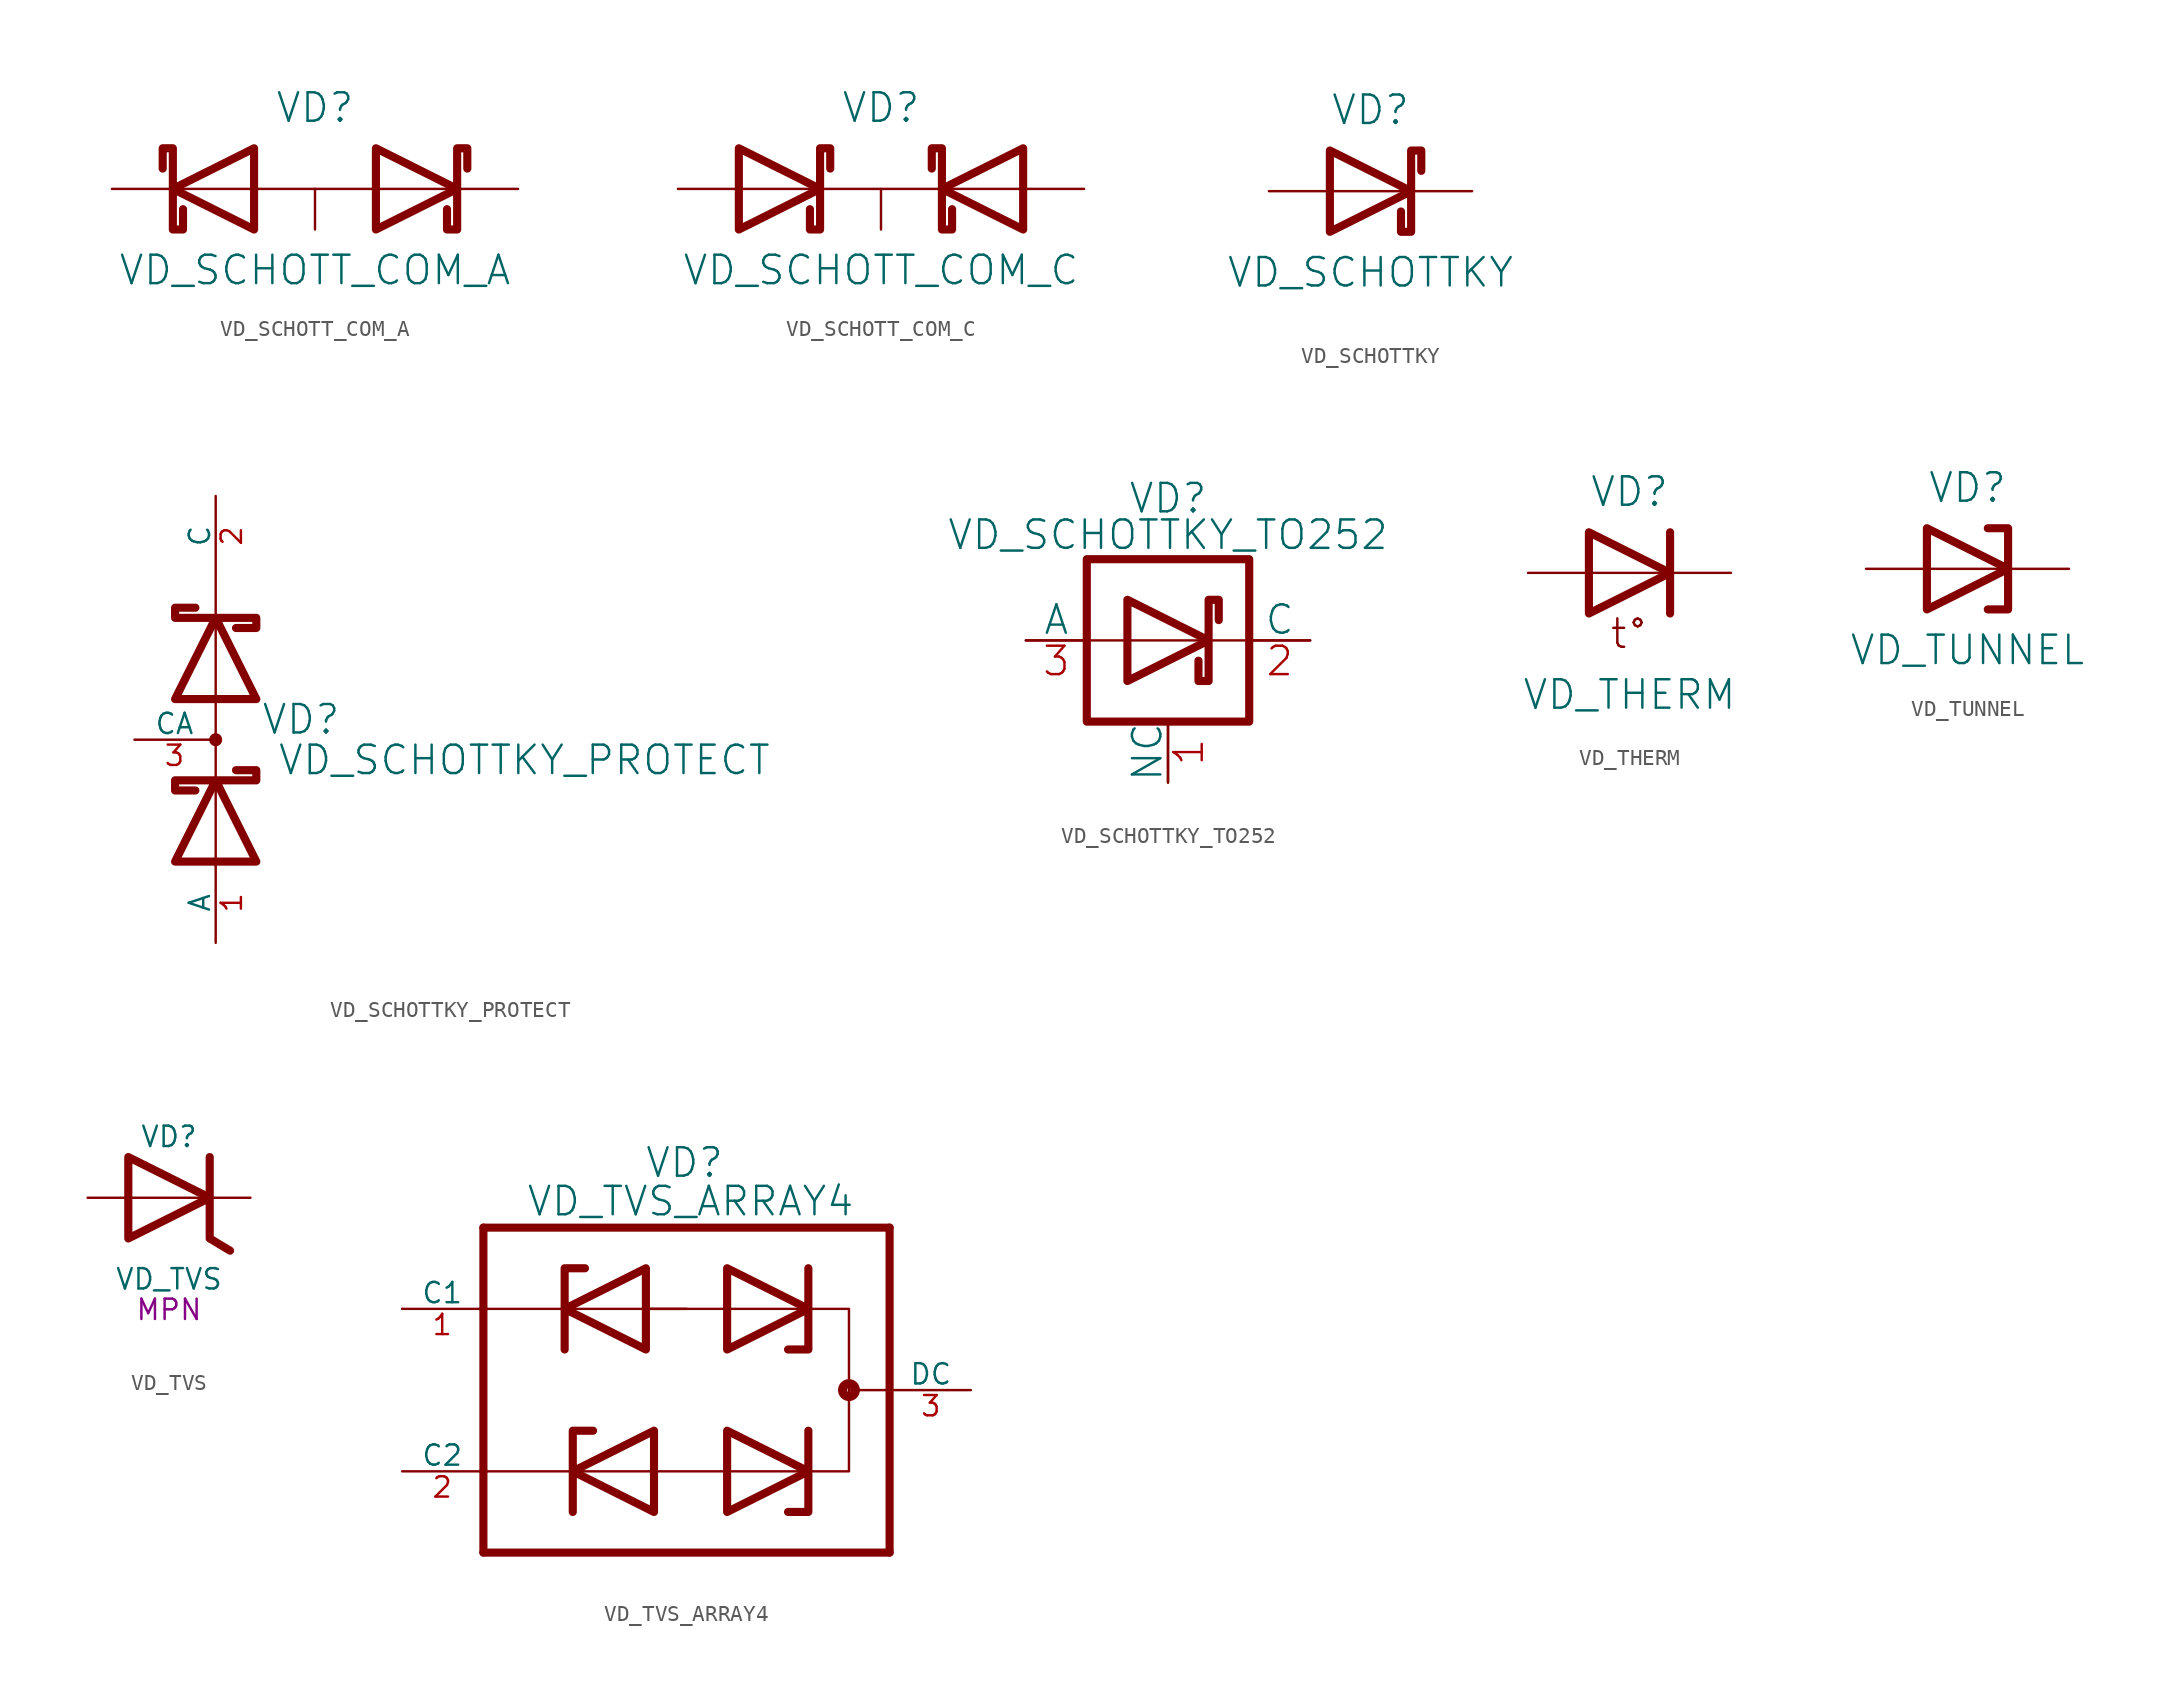
<source format=kicad_sym>
(kicad_symbol_lib
  (version 20211014)
  (generator kicad_symbol_editor)
  (symbol "VD_SCHOTT_COM_A"
    (pin_names
      (offset 0))
    (property "Reference" "VD"
      (at 0 5.08 0)
      (effects (font (size 1.778 1.778))))
    (property "Value" "VD_SCHOTT_COM_A"
      (at 0 -5.08 0)
      (effects (font (size 1.778 1.778))))
    (symbol "VD_SCHOTT_COM_A_0_1"
      (polyline (pts (xy 0 0) (xy 0 -2.54)) (stroke (width 0) (type default) (color 0 0 0 0)) (fill (type none)))
      (polyline (pts (xy 12.7 0) (xy -12.7 0)) (stroke (width 0) (type default) (color 0 0 0 0)) (fill (type none)))
      (polyline (pts (xy -9.525 1.27) (xy -9.525 2.54) (xy -8.89 2.54) (xy -8.89 0) (xy -3.81 2.54) (xy -3.81 -2.54) (xy -8.89 0) (xy -8.89 -2.54) (xy -8.255 -2.54) (xy -8.255 -1.27)) (stroke (width 0.508) (type default) (color 0 0 0 0)) (fill (type none)))
      (polyline (pts (xy 9.525 1.27) (xy 9.525 2.54) (xy 8.89 2.54) (xy 8.89 0) (xy 3.81 2.54) (xy 3.81 -2.54) (xy 8.89 0) (xy 8.89 -2.54) (xy 8.255 -2.54) (xy 8.255 -1.27)) (stroke (width 0.508) (type default) (color 0 0 0 0)) (fill (type none))))
    (symbol "VD_SCHOTT_COM_A_1_1"
      (pin passive line (at -12.7 0 0) (length 2.54) hide (name "C" (effects (font (size 1.27 1.27)))) (number "1" (effects (font (size 1.27 1.27)))))
      (pin passive line (at 0 -2.54 90) (length 2.54) hide (name "A" (effects (font (size 1.27 1.27)))) (number "2" (effects (font (size 1.27 1.27)))))
      (pin passive line (at 12.7 0 180) (length 2.54) hide (name "C" (effects (font (size 1.27 1.27)))) (number "3" (effects (font (size 1.27 1.27)))))))
  (symbol "VD_SCHOTT_COM_C"
    (pin_names
      (offset 0))
    (property "Reference" "VD"
      (at 0 5.08 0)
      (effects (font (size 1.778 1.778))))
    (property "Value" "VD_SCHOTT_COM_C"
      (at 0 -5.08 0)
      (effects (font (size 1.778 1.778))))
    (symbol "VD_SCHOTT_COM_C_0_1"
      (polyline (pts (xy 0 -2.54) (xy 0 0)) (stroke (width 0) (type default) (color 0 0 0 0)) (fill (type none)))
      (polyline (pts (xy 12.7 0) (xy -12.7 0)) (stroke (width 0) (type default) (color 0 0 0 0)) (fill (type none)))
      (polyline (pts (xy -3.175 1.27) (xy -3.175 2.54) (xy -3.81 2.54) (xy -3.81 0) (xy -8.89 2.54) (xy -8.89 -2.54) (xy -3.81 0) (xy -3.81 -2.54) (xy -4.445 -2.54) (xy -4.445 -1.27)) (stroke (width 0.508) (type default) (color 0 0 0 0)) (fill (type none)))
      (polyline (pts (xy 3.175 1.27) (xy 3.175 2.54) (xy 3.81 2.54) (xy 3.81 0) (xy 8.89 2.54) (xy 8.89 -2.54) (xy 3.81 0) (xy 3.81 -2.54) (xy 4.445 -2.54) (xy 4.445 -1.27)) (stroke (width 0.508) (type default) (color 0 0 0 0)) (fill (type none))))
    (symbol "VD_SCHOTT_COM_C_1_1"
      (pin passive line (at -12.7 0 0) (length 2.54) hide (name "A" (effects (font (size 1.27 1.27)))) (number "1" (effects (font (size 1.27 1.27)))))
      (pin passive line (at 0 -2.54 90) (length 2.54) hide (name "C" (effects (font (size 1.27 1.27)))) (number "2" (effects (font (size 1.27 1.27)))))
      (pin passive line (at 12.7 0 180) (length 2.54) hide (name "A" (effects (font (size 1.27 1.27)))) (number "3" (effects (font (size 1.27 1.27)))))))
  (symbol "VD_SCHOTTKY"
    (pin_names
      (offset 0))
    (property "Reference" "VD"
      (at 0 5.08 0)
      (effects (font (size 1.778 1.778))))
    (property "Value" "VD_SCHOTTKY"
      (at 0 -5.08 0)
      (effects (font (size 1.778 1.778))))
    (property "Assembly" ""
      (at 0 -7.493 0)
      (effects (font (size 1.778 1.778))))
    (property "LCSC" ""
      (at 0 0 0)
      (effects (font (size 1.27 1.27))))
    (symbol "VD_SCHOTTKY_0_1"
      (polyline (pts (xy 6.35 0) (xy -6.35 0)) (stroke (width 0) (type default) (color 0 0 0 0)) (fill (type none)))
      (polyline (pts (xy 3.175 1.27) (xy 3.175 2.54) (xy 2.54 2.54) (xy 2.54 0) (xy -2.54 2.54) (xy -2.54 -2.54) (xy 2.54 0) (xy 2.54 -2.54) (xy 1.905 -2.54) (xy 1.905 -1.27)) (stroke (width 0.508) (type default) (color 0 0 0 0)) (fill (type none))))
    (symbol "VD_SCHOTTKY_1_1"
      (pin passive line (at 6.35 0 180) (length 2.54) hide (name "C" (effects (font (size 1.27 1.27)))) (number "1" (effects (font (size 1.27 1.27)))))
      (pin passive line (at -6.35 0 0) (length 2.54) hide (name "A" (effects (font (size 1.27 1.27)))) (number "2" (effects (font (size 1.27 1.27)))))))
  (symbol "VD_SCHOTTKY_PROTECT"
    (pin_names
      (offset 0))
    (property "Reference" "VD"
      (at 5.334 1.27 0)
      (effects (font (size 1.778 1.778))))
    (property "Value" "VD_SCHOTTKY_PROTECT"
      (at 19.304 -1.27 0)
      (effects (font (size 1.778 1.778))))
    (symbol "VD_SCHOTTKY_PROTECT_0_1"
      (polyline (pts (xy 0 10.16) (xy 0 -7.874)) (stroke (width 0.152) (type default) (color 0 0 0 0)) (fill (type none)))
      (polyline (pts (xy -1.27 8.255) (xy -2.54 8.255) (xy -2.54 7.62) (xy 0 7.62) (xy -2.54 2.54) (xy 2.54 2.54) (xy 0 7.62) (xy 2.54 7.62) (xy 2.54 6.985) (xy 1.27 6.985)) (stroke (width 0.508) (type default) (color 0 0 0 0)) (fill (type none)))
      (polyline (pts (xy 1.27 -1.905) (xy 2.54 -1.905) (xy 2.54 -2.54) (xy 0 -2.54) (xy 2.54 -7.62) (xy -2.54 -7.62) (xy 0 -2.54) (xy -2.54 -2.54) (xy -2.54 -3.175) (xy -1.27 -3.175)) (stroke (width 0.508) (type default) (color 0 0 0 0)) (fill (type none)))
      (circle (center 0 0) (radius 0.356) (stroke (width 0.102) (type default) (color 0 0 0 0)) (fill (type outline))))
    (symbol "VD_SCHOTTKY_PROTECT_1_1"
      (pin passive line (at 0 -12.7 90) (length 5.004) (name "A" (effects (font (size 1.27 1.27)))) (number "1" (effects (font (size 1.27 1.27)))))
      (pin passive line (at 0 15.24 270) (length 5.004) (name "C" (effects (font (size 1.27 1.27)))) (number "2" (effects (font (size 1.27 1.27)))))
      (pin passive line (at -5.08 0 0) (length 5.004) (name "CA" (effects (font (size 1.27 1.27)))) (number "3" (effects (font (size 1.27 1.27)))))))
  (symbol "VD_SCHOTTKY_TO252"
    (pin_names
      (offset 0))
    (property "Reference" "VD"
      (at 0 8.89 0)
      (effects (font (size 1.778 1.778))))
    (property "Value" "VD_SCHOTTKY_TO252"
      (at 0 6.604 0)
      (effects (font (size 1.778 1.778))))
    (symbol "VD_SCHOTTKY_TO252_0_1"
      (polyline (pts (xy -5.08 0) (xy 5.08 0)) (stroke (width 0) (type default) (color 0 0 0 0)) (fill (type none)))
      (polyline (pts (xy 3.175 1.27) (xy 3.175 2.54) (xy 2.54 2.54) (xy 2.54 0) (xy -2.54 2.54) (xy -2.54 -2.54) (xy 2.54 0) (xy 2.54 -2.54) (xy 1.905 -2.54) (xy 1.905 -1.27)) (stroke (width 0.508) (type default) (color 0 0 0 0)) (fill (type none))))
    (symbol "VD_SCHOTTKY_TO252_1_1"
      (rectangle (start -5.08 5.08) (end 5.08 -5.08) (stroke (width 0.508) (type default) (color 0 0 0 0)) (fill (type none)))
      (polyline (pts (xy -8.89 0) (xy -5.08 0)) (stroke (width 0) (type default) (color 0 0 0 0)) (fill (type none)))
      (polyline (pts (xy 0 -5.08) (xy 0 -8.89)) (stroke (width 0) (type default) (color 0 0 0 0)) (fill (type none)))
      (polyline (pts (xy 5.08 0) (xy 8.89 0)) (stroke (width 0) (type default) (color 0 0 0 0)) (fill (type none)))
      (pin power_in line (at 0 -8.89 90) (length 3.81) (name "NC" (effects (font (size 1.778 1.778)))) (number "1" (effects (font (size 1.778 1.778)))))
      (pin power_out line (at 8.89 0 180) (length 3.81) (name "C" (effects (font (size 1.778 1.778)))) (number "2" (effects (font (size 1.778 1.778)))))
      (pin power_in line (at -8.89 0 0) (length 3.81) (name "A" (effects (font (size 1.778 1.778)))) (number "3" (effects (font (size 1.778 1.778)))))))
  (symbol "VD_THERM"
    (pin_names
      (offset 0))
    (property "Reference" "VD"
      (at 0 5.08 0)
      (effects (font (size 1.778 1.778))))
    (property "Value" "VD_THERM"
      (at 0 -7.62 0)
      (effects (font (size 1.778 1.778))))
    (symbol "VD_THERM_0_0"
      (text "t°" (at 0 -3.81 0) (effects (font (size 1.778 1.778)))))
    (symbol "VD_THERM_0_1"
      (polyline (pts (xy 6.35 0) (xy -6.35 0)) (stroke (width 0) (type default) (color 0 0 0 0)) (fill (type none)))
      (polyline (pts (xy 2.54 2.54) (xy 2.54 0) (xy -2.54 2.54) (xy -2.54 -2.54) (xy 2.54 0) (xy 2.54 -2.54)) (stroke (width 0.508) (type default) (color 0 0 0 0)) (fill (type none))))
    (symbol "VD_THERM_1_1"
      (pin passive line (at -6.35 0 0) (length 2.54) hide (name "A" (effects (font (size 1.27 1.27)))) (number "1" (effects (font (size 1.27 1.27)))))
      (pin passive line (at 6.35 0 180) (length 2.54) hide (name "C" (effects (font (size 1.27 1.27)))) (number "2" (effects (font (size 1.27 1.27)))))))
  (symbol "VD_TUNNEL"
    (pin_names
      (offset 0))
    (property "Reference" "VD"
      (at 0 5.08 0)
      (effects (font (size 1.778 1.778))))
    (property "Value" "VD_TUNNEL"
      (at 0 -5.08 0)
      (effects (font (size 1.778 1.778))))
    (symbol "VD_TUNNEL_0_1"
      (polyline (pts (xy 6.35 0) (xy -6.35 0)) (stroke (width 0) (type default) (color 0 0 0 0)) (fill (type none)))
      (polyline (pts (xy 1.27 2.54) (xy 2.54 2.54) (xy 2.54 0) (xy -2.54 2.54) (xy -2.54 -2.54) (xy 2.54 0) (xy 2.54 -2.54) (xy 1.27 -2.54)) (stroke (width 0.508) (type default) (color 0 0 0 0)) (fill (type none))))
    (symbol "VD_TUNNEL_1_1"
      (pin passive line (at -6.35 0 0) (length 2.54) hide (name "A" (effects (font (size 1.27 1.27)))) (number "1" (effects (font (size 1.27 1.27)))))
      (pin passive line (at 6.35 0 180) (length 2.54) hide (name "C" (effects (font (size 1.27 1.27)))) (number "2" (effects (font (size 1.27 1.27)))))))
  (symbol "VD_TVS"
    (pin_names
      (offset 0))
    (property "Reference" "VD"
      (at 0 3.81 0)
      (effects (font (size 1.27 1.27))))
    (property "Value" "VD_TVS"
      (at 0 -5.08 0)
      (effects (font (size 1.27 1.27))))
    (property "MNP" "MPN"
      (at 0 -6.985 0)
      (effects (font (size 1.27 1.27))))
    (property "Assembly" ""
      (at 0 -8.89 0)
      (effects (font (size 1.27 1.27))))
    (symbol "VD_TVS_0_1"
      (polyline (pts (xy 5.08 0) (xy -5.08 0)) (stroke (width 0) (type default) (color 0 0 0 0)) (fill (type none)))
      (polyline (pts (xy 2.54 2.54) (xy 2.54 0) (xy -2.54 2.54) (xy -2.54 -2.54) (xy 2.54 0) (xy 2.54 -2.54) (xy 3.81 -3.302)) (stroke (width 0.508) (type default) (color 0 0 0 0)) (fill (type none))))
    (symbol "VD_TVS_1_1"
      (pin passive line (at -5.08 0 0) (length 2.54) hide (name "A" (effects (font (size 1.27 1.27)))) (number "1" (effects (font (size 1.27 1.27)))))
      (pin passive line (at 5.08 0 180) (length 2.54) hide (name "C" (effects (font (size 1.27 1.27)))) (number "2" (effects (font (size 1.27 1.27)))))))
  (symbol "VD_TVS_ARRAY4"
    (pin_names
      (offset 0))
    (property "Reference" "VD"
      (at -0.127 9.144 0)
      (effects (font (size 1.778 1.778))))
    (property "Value" "VD_TVS_ARRAY4"
      (at 0.254 6.731 0)
      (effects (font (size 1.778 1.778))))
    (symbol "VD_TVS_ARRAY4_0_1"
      (polyline (pts (xy -2.54 0) (xy 0 0)) (stroke (width 0) (type default) (color 0 0 0 0)) (fill (type none)))
      (polyline (pts (xy 10.16 -5.08) (xy 12.7 -5.08)) (stroke (width 0) (type default) (color 0 0 0 0)) (fill (type none)))
      (polyline (pts (xy -12.7 0) (xy 7.62 0) (xy 10.16 0) (xy 10.16 -10.16) (xy -12.7 -10.16)) (stroke (width 0) (type default) (color 0 0 0 0)) (fill (type none))))
    (symbol "VD_TVS_ARRAY4_1_1"
      (polyline (pts (xy -17.78 0) (xy -17.78 0)) (stroke (width 0) (type default) (color 0 0 0 0)) (fill (type none)))
      (polyline (pts (xy -12.7 -15.24) (xy 12.7 -15.24)) (stroke (width 0.508) (type default) (color 0 0 0 0)) (fill (type none)))
      (polyline (pts (xy -12.7 -10.16) (xy -12.7 -15.24)) (stroke (width 0.508) (type default) (color 0 0 0 0)) (fill (type none)))
      (polyline (pts (xy -12.7 -10.16) (xy -12.7 0)) (stroke (width 0.508) (type default) (color 0 0 0 0)) (fill (type none)))
      (polyline (pts (xy -12.7 5.08) (xy -12.7 0)) (stroke (width 0.508) (type default) (color 0 0 0 0)) (fill (type none)))
      (polyline (pts (xy 12.7 -15.24) (xy 12.7 5.08)) (stroke (width 0.508) (type default) (color 0 0 0 0)) (fill (type none)))
      (polyline (pts (xy 12.7 5.08) (xy -12.7 5.08)) (stroke (width 0.508) (type default) (color 0 0 0 0)) (fill (type none)))
      (polyline (pts (xy -7.62 -2.54) (xy -7.62 0) (xy -2.54 -2.54) (xy -2.54 2.54) (xy -7.62 0) (xy -7.62 2.54) (xy -6.35 2.54)) (stroke (width 0.508) (type default) (color 0 0 0 0)) (fill (type none)))
      (polyline (pts (xy -7.112 -12.7) (xy -7.112 -10.16) (xy -2.032 -12.7) (xy -2.032 -7.62) (xy -7.112 -10.16) (xy -7.112 -7.62) (xy -5.842 -7.62)) (stroke (width 0.508) (type default) (color 0 0 0 0)) (fill (type none)))
      (polyline (pts (xy 7.62 -7.62) (xy 7.62 -10.16) (xy 2.54 -7.62) (xy 2.54 -12.7) (xy 7.62 -10.16) (xy 7.62 -12.7) (xy 6.35 -12.7)) (stroke (width 0.508) (type default) (color 0 0 0 0)) (fill (type none)))
      (polyline (pts (xy 7.62 2.54) (xy 7.62 0) (xy 2.54 2.54) (xy 2.54 -2.54) (xy 7.62 0) (xy 7.62 -2.54) (xy 6.35 -2.54)) (stroke (width 0.508) (type default) (color 0 0 0 0)) (fill (type none)))
      (circle (center 10.16 -5.08) (radius 0.127) (stroke (width 0.559) (type default) (color 0 0 0 0)) (fill (type none)))
      (pin input line (at -17.78 0 0) (length 5.004) (name "C1" (effects (font (size 1.27 1.27)))) (number "1" (effects (font (size 1.27 1.27)))))
      (pin input line (at -17.78 -10.16 0) (length 5.004) (name "C2" (effects (font (size 1.27 1.27)))) (number "2" (effects (font (size 1.27 1.27)))))
      (pin power_in line (at 17.78 -5.08 180) (length 5.004) (name "DC" (effects (font (size 1.27 1.27)))) (number "3" (effects (font (size 1.27 1.27))))))))
</source>
